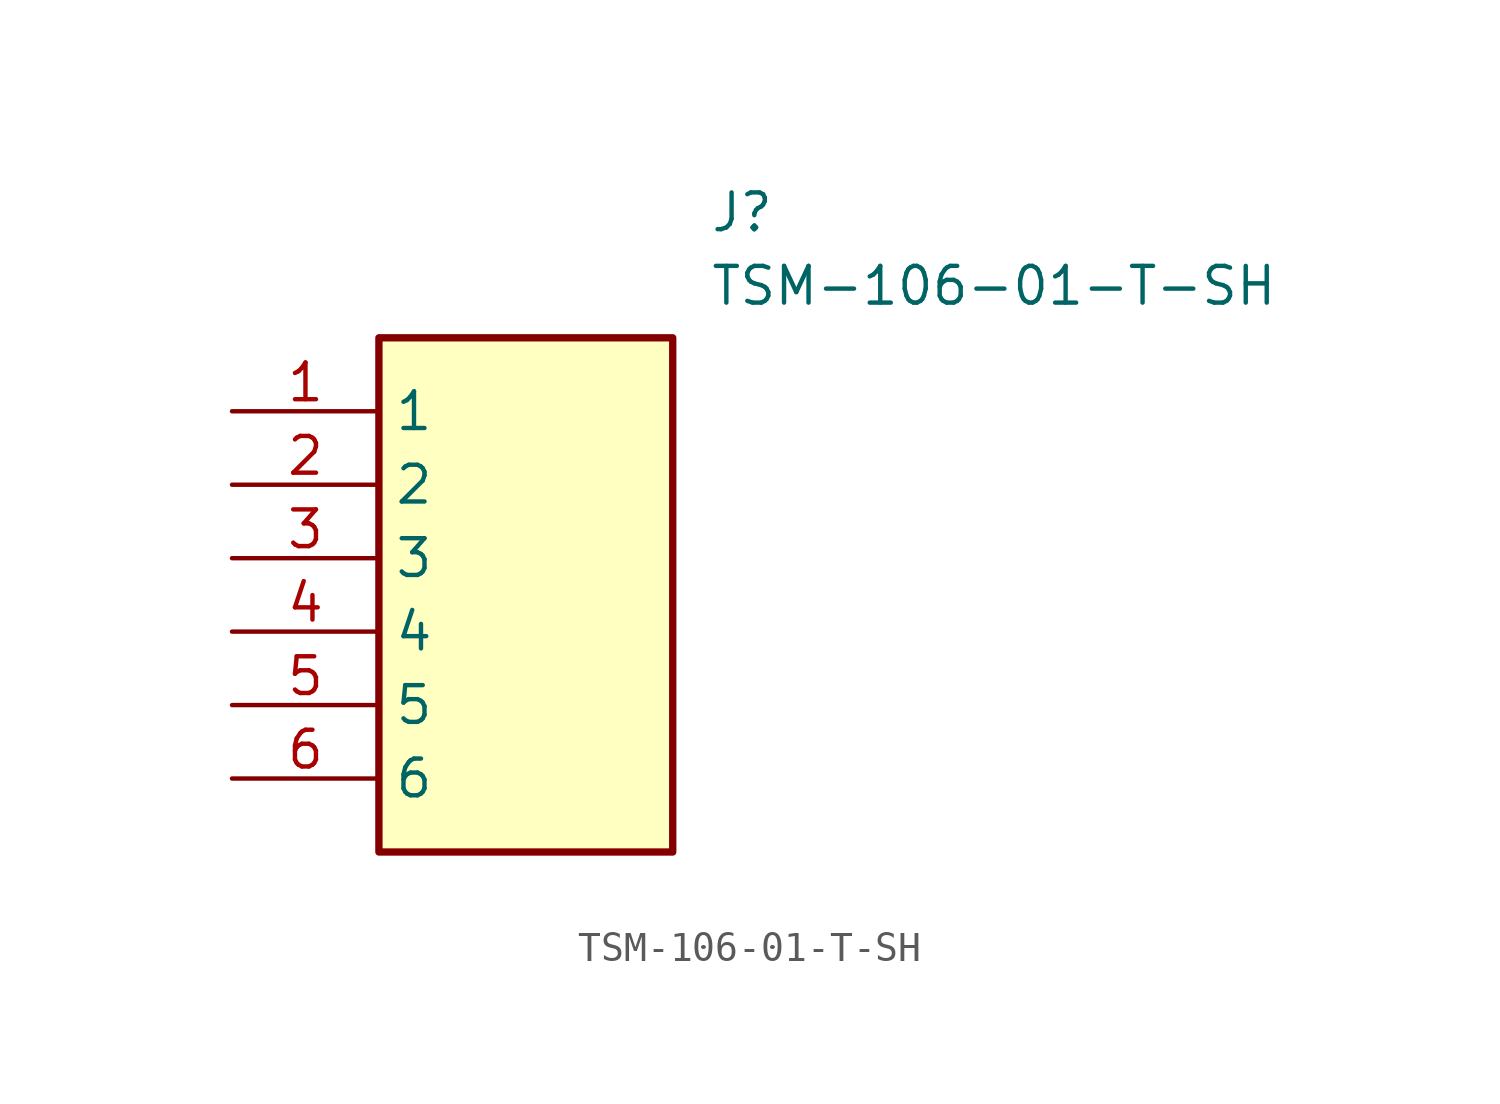
<source format=kicad_sym>
(kicad_symbol_lib
  (version 20211014)
  (generator SamacSys_ECAD_Model)
  (symbol "TSM-106-01-T-SH"
    (property "Reference" "J"
      (at 16.51 7.62 0)
      (effects (font (size 1.27 1.27)) (justify left top)))
    (property "Value" "TSM-106-01-T-SH"
      (at 16.51 5.08 0)
      (effects (font (size 1.27 1.27)) (justify left top)))
    (rectangle
      (start 5.08 2.54)
      (end 15.24 -15.24)
      (stroke (width 0.254) (type default))
      (fill (type background)))
    (pin passive line
      (at 0 0 0)
      (length 5.08)
      (name "1" (effects (font (size 1.27 1.27))))
      (number "1" (effects (font (size 1.27 1.27)))))
    (pin passive line
      (at 0 -2.54 0)
      (length 5.08)
      (name "2" (effects (font (size 1.27 1.27))))
      (number "2" (effects (font (size 1.27 1.27)))))
    (pin passive line
      (at 0 -5.08 0)
      (length 5.08)
      (name "3" (effects (font (size 1.27 1.27))))
      (number "3" (effects (font (size 1.27 1.27)))))
    (pin passive line
      (at 0 -7.62 0)
      (length 5.08)
      (name "4" (effects (font (size 1.27 1.27))))
      (number "4" (effects (font (size 1.27 1.27)))))
    (pin passive line
      (at 0 -10.16 0)
      (length 5.08)
      (name "5" (effects (font (size 1.27 1.27))))
      (number "5" (effects (font (size 1.27 1.27)))))
    (pin passive line
      (at 0 -12.7 0)
      (length 5.08)
      (name "6" (effects (font (size 1.27 1.27))))
      (number "6" (effects (font (size 1.27 1.27)))))))
</source>
